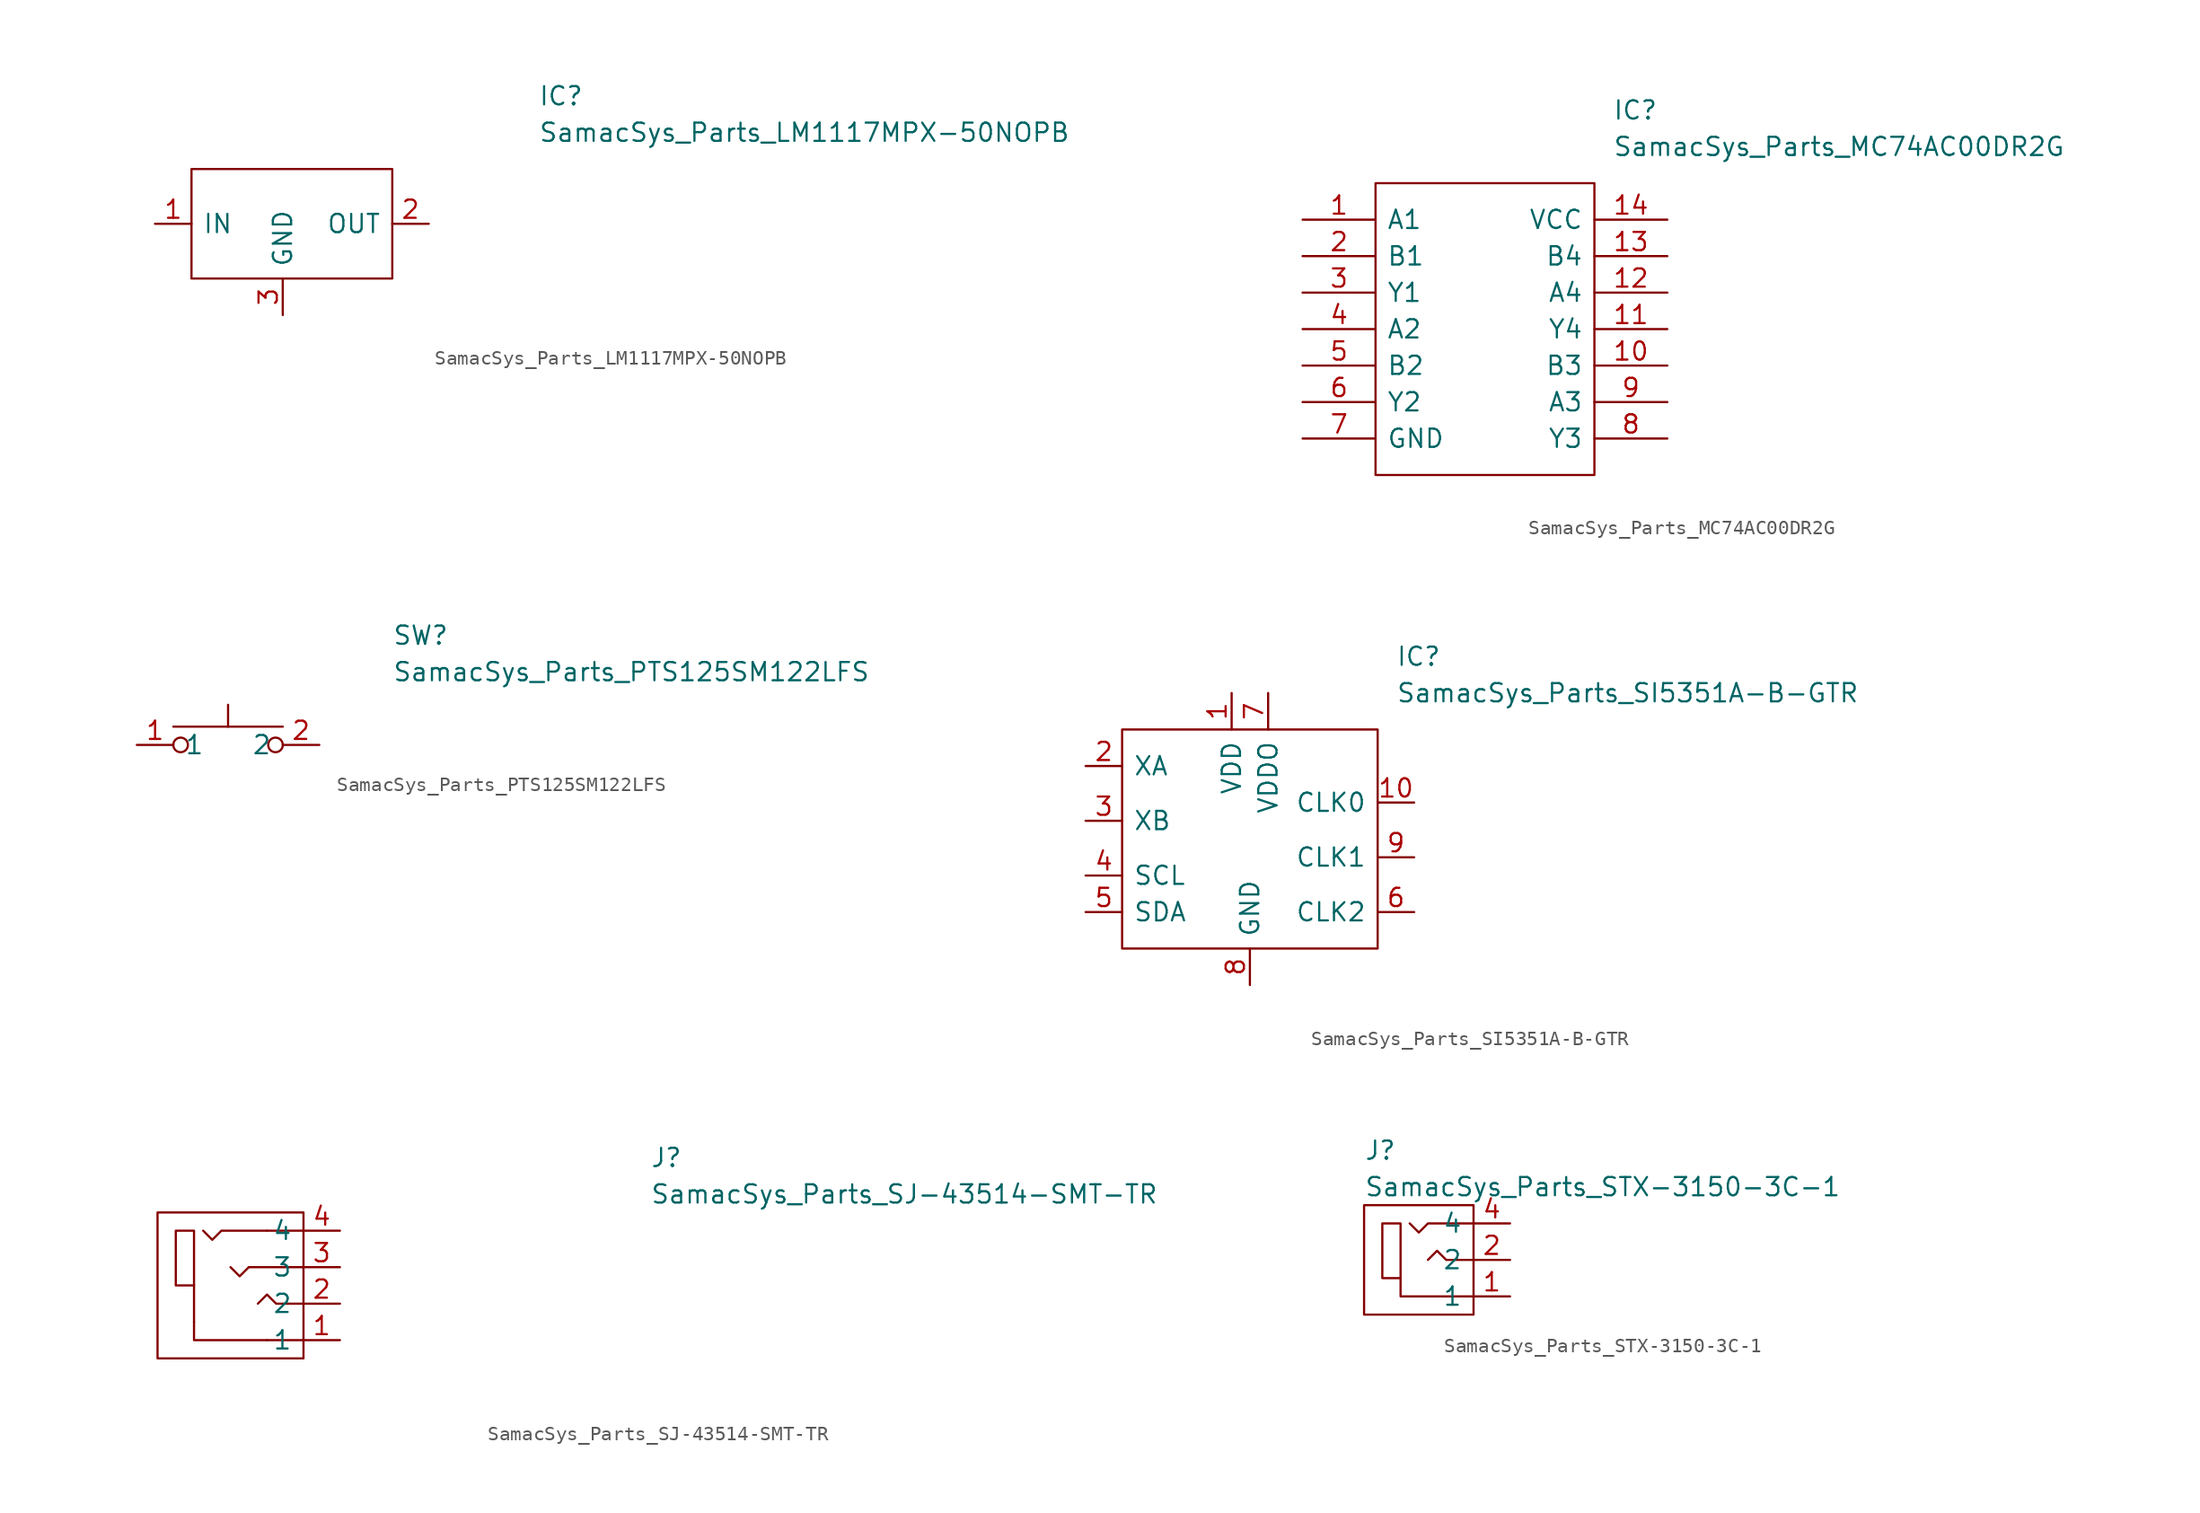
<source format=kicad_sym>
(kicad_symbol_lib
  (version 20211014)
  (generator kicad_symbol_editor)
  (symbol "SamacSys_Parts_LM1117MPX-50NOPB"
    (pin_names
      (offset 0.762))
    (property "Reference" "IC"
      (at 17.78 8.89 0)
      (effects (font (size 1.27 1.27)) (justify left)))
    (property "Value" "SamacSys_Parts_LM1117MPX-50NOPB"
      (at 17.78 6.35 0)
      (effects (font (size 1.27 1.27)) (justify left)))
    (symbol "SamacSys_Parts_LM1117MPX-50NOPB_1_1"
      (polyline (pts (xy -6.35 3.81) (xy 7.62 3.81) (xy 7.62 -3.81) (xy -6.35 -3.81) (xy -6.35 3.81)) (stroke (width 0.152) (type default) (color 0 0 0 0)) (fill (type none)))
      (pin passive line (at -8.89 0 0) (length 2.54) (name "IN" (effects (font (size 1.27 1.27)))) (number "1" (effects (font (size 1.27 1.27)))))
      (pin passive line (at 10.16 0 180) (length 2.54) (name "OUT" (effects (font (size 1.27 1.27)))) (number "2" (effects (font (size 1.27 1.27)))))
      (pin passive line (at 0 -6.35 90) (length 2.54) (name "GND" (effects (font (size 1.27 1.27)))) (number "3" (effects (font (size 1.27 1.27)))))))
  (symbol "SamacSys_Parts_MC74AC00DR2G"
    (pin_names
      (offset 0.762))
    (property "Reference" "IC"
      (at 21.59 7.62 0)
      (effects (font (size 1.27 1.27)) (justify left)))
    (property "Value" "SamacSys_Parts_MC74AC00DR2G"
      (at 21.59 5.08 0)
      (effects (font (size 1.27 1.27)) (justify left)))
    (symbol "SamacSys_Parts_MC74AC00DR2G_0_0"
      (pin passive line (at 0 0 0) (length 5.08) (name "A1" (effects (font (size 1.27 1.27)))) (number "1" (effects (font (size 1.27 1.27)))))
      (pin passive line (at 25.4 -10.16 180) (length 5.08) (name "B3" (effects (font (size 1.27 1.27)))) (number "10" (effects (font (size 1.27 1.27)))))
      (pin passive line (at 25.4 -7.62 180) (length 5.08) (name "Y4" (effects (font (size 1.27 1.27)))) (number "11" (effects (font (size 1.27 1.27)))))
      (pin passive line (at 25.4 -5.08 180) (length 5.08) (name "A4" (effects (font (size 1.27 1.27)))) (number "12" (effects (font (size 1.27 1.27)))))
      (pin passive line (at 25.4 -2.54 180) (length 5.08) (name "B4" (effects (font (size 1.27 1.27)))) (number "13" (effects (font (size 1.27 1.27)))))
      (pin power_in line (at 25.4 0 180) (length 5.08) (name "VCC" (effects (font (size 1.27 1.27)))) (number "14" (effects (font (size 1.27 1.27)))))
      (pin passive line (at 0 -2.54 0) (length 5.08) (name "B1" (effects (font (size 1.27 1.27)))) (number "2" (effects (font (size 1.27 1.27)))))
      (pin passive line (at 0 -5.08 0) (length 5.08) (name "Y1" (effects (font (size 1.27 1.27)))) (number "3" (effects (font (size 1.27 1.27)))))
      (pin passive line (at 0 -7.62 0) (length 5.08) (name "A2" (effects (font (size 1.27 1.27)))) (number "4" (effects (font (size 1.27 1.27)))))
      (pin passive line (at 0 -10.16 0) (length 5.08) (name "B2" (effects (font (size 1.27 1.27)))) (number "5" (effects (font (size 1.27 1.27)))))
      (pin passive line (at 0 -12.7 0) (length 5.08) (name "Y2" (effects (font (size 1.27 1.27)))) (number "6" (effects (font (size 1.27 1.27)))))
      (pin power_in line (at 0 -15.24 0) (length 5.08) (name "GND" (effects (font (size 1.27 1.27)))) (number "7" (effects (font (size 1.27 1.27)))))
      (pin passive line (at 25.4 -15.24 180) (length 5.08) (name "Y3" (effects (font (size 1.27 1.27)))) (number "8" (effects (font (size 1.27 1.27)))))
      (pin passive line (at 25.4 -12.7 180) (length 5.08) (name "A3" (effects (font (size 1.27 1.27)))) (number "9" (effects (font (size 1.27 1.27))))))
    (symbol "SamacSys_Parts_MC74AC00DR2G_0_1"
      (polyline (pts (xy 5.08 2.54) (xy 20.32 2.54) (xy 20.32 -17.78) (xy 5.08 -17.78) (xy 5.08 2.54)) (stroke (width 0.152) (type default) (color 0 0 0 0)) (fill (type none)))))
  (symbol "SamacSys_Parts_PTS125SM122LFS"
    (pin_names
      (offset 0.762))
    (property "Reference" "SW"
      (at 11.43 7.62 0)
      (effects (font (size 1.27 1.27)) (justify left)))
    (property "Value" "SamacSys_Parts_PTS125SM122LFS"
      (at 11.43 5.08 0)
      (effects (font (size 1.27 1.27)) (justify left)))
    (symbol "SamacSys_Parts_PTS125SM122LFS_1_1"
      (circle (center -3.302 0) (radius 0.508) (stroke (width 0) (type default) (color 0 0 0 0)) (fill (type none)))
      (polyline (pts (xy -3.81 1.27) (xy 3.81 1.27)) (stroke (width 0) (type default) (color 0 0 0 0)) (fill (type none)))
      (polyline (pts (xy 0 1.27) (xy 0 2.794)) (stroke (width 0) (type default) (color 0 0 0 0)) (fill (type none)))
      (circle (center 3.302 0) (radius 0.508) (stroke (width 0) (type default) (color 0 0 0 0)) (fill (type none)))
      (pin input line (at -6.35 0 0) (length 2.54) (name "1" (effects (font (size 1.27 1.27)))) (number "1" (effects (font (size 1.27 1.27)))))
      (pin input line (at 6.35 0 180) (length 2.54) (name "2" (effects (font (size 1.27 1.27)))) (number "2" (effects (font (size 1.27 1.27)))))))
  (symbol "SamacSys_Parts_SI5351A-B-GTR"
    (pin_names
      (offset 0.762))
    (property "Reference" "IC"
      (at 24.13 7.62 0)
      (effects (font (size 1.27 1.27)) (justify left)))
    (property "Value" "SamacSys_Parts_SI5351A-B-GTR"
      (at 24.13 5.08 0)
      (effects (font (size 1.27 1.27)) (justify left)))
    (symbol "SamacSys_Parts_SI5351A-B-GTR_0_0"
      (pin passive line (at 12.7 5.08 270) (length 2.54) (name "VDD" (effects (font (size 1.27 1.27)))) (number "1" (effects (font (size 1.27 1.27)))))
      (pin passive line (at 25.4 -2.54 180) (length 2.54) (name "CLK0" (effects (font (size 1.27 1.27)))) (number "10" (effects (font (size 1.27 1.27)))))
      (pin passive line (at 2.54 0 0) (length 2.54) (name "XA" (effects (font (size 1.27 1.27)))) (number "2" (effects (font (size 1.27 1.27)))))
      (pin passive line (at 2.54 -3.81 0) (length 2.54) (name "XB" (effects (font (size 1.27 1.27)))) (number "3" (effects (font (size 1.27 1.27)))))
      (pin passive line (at 2.54 -7.62 0) (length 2.54) (name "SCL" (effects (font (size 1.27 1.27)))) (number "4" (effects (font (size 1.27 1.27)))))
      (pin passive line (at 2.54 -10.16 0) (length 2.54) (name "SDA" (effects (font (size 1.27 1.27)))) (number "5" (effects (font (size 1.27 1.27)))))
      (pin passive line (at 25.4 -10.16 180) (length 2.54) (name "CLK2" (effects (font (size 1.27 1.27)))) (number "6" (effects (font (size 1.27 1.27)))))
      (pin passive line (at 15.24 5.08 270) (length 2.54) (name "VDDO" (effects (font (size 1.27 1.27)))) (number "7" (effects (font (size 1.27 1.27)))))
      (pin passive line (at 13.97 -15.24 90) (length 2.54) (name "GND" (effects (font (size 1.27 1.27)))) (number "8" (effects (font (size 1.27 1.27)))))
      (pin passive line (at 25.4 -6.35 180) (length 2.54) (name "CLK1" (effects (font (size 1.27 1.27)))) (number "9" (effects (font (size 1.27 1.27))))))
    (symbol "SamacSys_Parts_SI5351A-B-GTR_0_1"
      (polyline (pts (xy 5.08 2.54) (xy 22.86 2.54) (xy 22.86 -12.7) (xy 5.08 -12.7) (xy 5.08 2.54)) (stroke (width 0.152) (type default) (color 0 0 0 0)) (fill (type none)))))
  (symbol "SamacSys_Parts_SJ-43514-SMT-TR"
    (pin_names
      (offset 0.762))
    (property "Reference" "J"
      (at 29.21 7.62 0)
      (effects (font (size 1.27 1.27)) (justify left)))
    (property "Value" "SamacSys_Parts_SJ-43514-SMT-TR"
      (at 29.21 5.08 0)
      (effects (font (size 1.27 1.27)) (justify left)))
    (symbol "SamacSys_Parts_SJ-43514-SMT-TR_0_1"
      (polyline (pts (xy -2.54 -3.81) (xy -2.54 -1.27)) (stroke (width 0) (type default) (color 0 0 0 0)) (fill (type none)))
      (polyline (pts (xy 1.27 0) (xy 5.08 0)) (stroke (width 0) (type default) (color 0 0 0 0)) (fill (type none)))
      (polyline (pts (xy 2.54 -5.08) (xy 5.08 -5.08)) (stroke (width 0) (type default) (color 0 0 0 0)) (fill (type none)))
      (polyline (pts (xy 2.54 2.54) (xy 5.08 2.54)) (stroke (width 0) (type default) (color 0 0 0 0)) (fill (type none)))
      (polyline (pts (xy 0 0) (xy 0.635 -0.635) (xy 1.27 0)) (stroke (width 0) (type default) (color 0 0 0 0)) (fill (type none))))
    (symbol "SamacSys_Parts_SJ-43514-SMT-TR_1_1"
      (rectangle (start -5.08 3.81) (end 5.08 -6.35) (stroke (width 0) (type default) (color 0 0 0 0)) (fill (type none)))
      (rectangle (start -3.81 2.54) (end -2.54 -1.27) (stroke (width 0) (type default) (color 0 0 0 0)) (fill (type none)))
      (polyline (pts (xy -2.54 -3.81) (xy -2.54 -5.08) (xy 2.54 -5.08)) (stroke (width 0) (type default) (color 0 0 0 0)) (fill (type none)))
      (polyline (pts (xy 2.54 2.54) (xy -0.635 2.54) (xy -1.27 1.905) (xy -1.905 2.54)) (stroke (width 0) (type default) (color 0 0 0 0)) (fill (type none)))
      (polyline (pts (xy 5.08 -2.54) (xy 3.175 -2.54) (xy 2.54 -1.905) (xy 1.905 -2.54)) (stroke (width 0) (type default) (color 0 0 0 0)) (fill (type none)))
      (pin passive line (at 7.62 -5.08 180) (length 2.54) (name "1" (effects (font (size 1.27 1.27)))) (number "1" (effects (font (size 1.27 1.27)))))
      (pin passive line (at 7.62 -2.54 180) (length 2.54) (name "2" (effects (font (size 1.27 1.27)))) (number "2" (effects (font (size 1.27 1.27)))))
      (pin passive line (at 7.62 0 180) (length 2.54) (name "3" (effects (font (size 1.27 1.27)))) (number "3" (effects (font (size 1.27 1.27)))))
      (pin passive line (at 7.62 2.54 180) (length 2.54) (name "4" (effects (font (size 1.27 1.27)))) (number "4" (effects (font (size 1.27 1.27)))))
      (pin no_connect line (at -2.54 -7.62 180) (length 2.54) hide (name "5" (effects (font (size 1.27 1.27)))) (number "5" (effects (font (size 1.27 1.27)))))
      (pin no_connect line (at -2.54 -8.89 180) (length 2.54) hide (name "6" (effects (font (size 1.27 1.27)))) (number "6" (effects (font (size 1.27 1.27)))))))
  (symbol "SamacSys_Parts_STX-3150-3C-1"
    (pin_names
      (offset 0.762))
    (property "Reference" "J"
      (at 0 11.43 0)
      (effects (font (size 1.27 1.27)) (justify left)))
    (property "Value" "SamacSys_Parts_STX-3150-3C-1"
      (at 0 8.89 0)
      (effects (font (size 1.27 1.27)) (justify left)))
    (symbol "SamacSys_Parts_STX-3150-3C-1_0_0"
      (pin passive line (at 10.16 1.27 180) (length 2.54) (name "1" (effects (font (size 1.27 1.27)))) (number "1" (effects (font (size 1.27 1.27)))))
      (pin passive line (at 10.16 3.81 180) (length 2.54) (name "2" (effects (font (size 1.27 1.27)))) (number "2" (effects (font (size 1.27 1.27)))))
      (pin passive line (at 10.16 6.35 180) (length 2.54) (name "4" (effects (font (size 1.27 1.27)))) (number "4" (effects (font (size 1.27 1.27))))))
    (symbol "SamacSys_Parts_STX-3150-3C-1_0_1"
      (polyline (pts (xy 2.54 2.54) (xy 2.54 1.27) (xy 7.62 1.27)) (stroke (width 0) (type default) (color 0 0 0 0)) (fill (type none)))
      (polyline (pts (xy 7.62 3.81) (xy 5.715 3.81) (xy 5.08 4.445) (xy 4.445 3.81)) (stroke (width 0) (type default) (color 0 0 0 0)) (fill (type none)))
      (polyline (pts (xy 7.62 6.35) (xy 4.445 6.35) (xy 3.81 5.715) (xy 3.175 6.35)) (stroke (width 0) (type default) (color 0 0 0 0)) (fill (type none)))
      (rectangle (start 0 7.62) (end 7.62 0) (stroke (width 0) (type default) (color 0 0 0 0)) (fill (type none)))
      (rectangle (start 1.27 6.35) (end 2.54 2.54) (stroke (width 0) (type default) (color 0 0 0 0)) (fill (type none))))))
</source>
